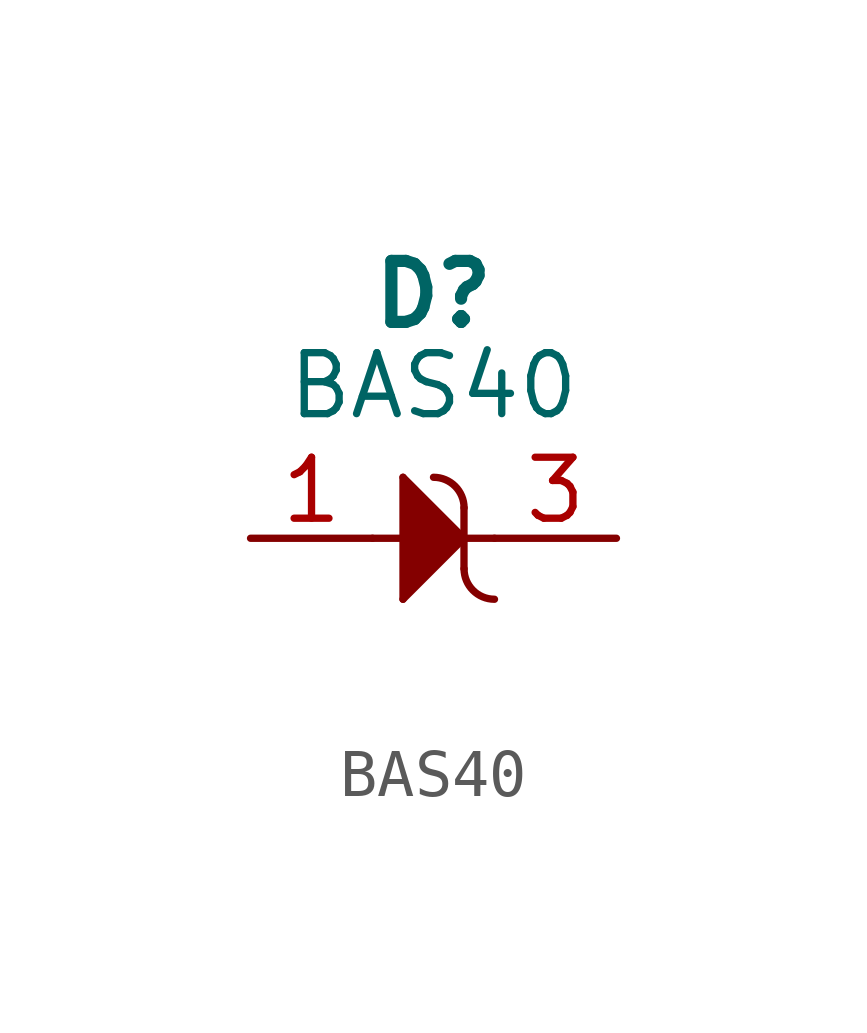
<source format=kicad_sym>
(kicad_symbol_lib
  (version 20231120)
  (generator "kicad_symbol_editor")
  (generator_version "8.0")
  (symbol "BAS40"
    (pin_names hide)
    (property "Reference" "D"
      (at 0 0 0)
      (effects (font (size 1.27 1.27) (bold yes))))
    (property "Value" "BAS40"
      (at 0 -1.905 0)
      (effects (font (size 1.27 1.27))))
    (symbol "BAS40_0_0"
      (pin passive line (at -3.81 -5.08 0) (length 2.54) (name "A" (effects (font (size 1.27 1.27)))) (number "1" (effects (font (size 1.27 1.27)))))
      (pin passive line (at 3.81 -5.08 180) (length 2.54) (name "K" (effects (font (size 1.27 1.27)))) (number "3" (effects (font (size 1.27 1.27))))))
    (symbol "BAS40_0_1"
      (polyline (pts (xy -1.27 -5.08) (xy -0.635 -5.08)) (stroke (width 0) (type default)) (fill (type none)))
      (polyline (pts (xy -0.635 -3.81) (xy -0.635 -6.35)) (stroke (width 0) (type default)) (fill (type none)))
      (polyline (pts (xy 0.635 -5.08) (xy 1.27 -5.08)) (stroke (width 0) (type default)) (fill (type none)))
      (polyline (pts (xy 0.635 -4.445) (xy 0.635 -5.715)) (stroke (width 0) (type default)) (fill (type none)))
      (arc (start 0.635 -5.715) (mid 0.821 -6.164) (end 1.27 -6.35) (stroke (width 0) (type default)) (fill (type none)))
      (arc (start 0.635 -4.445) (mid 0.449 -3.996) (end 0 -3.81) (stroke (width 0) (type default)) (fill (type none))))
    (symbol "BAS40_1_0"
      (pin no_connect line (at 0 -8.255 90) (length 2.54) hide (name "NC" (effects (font (size 1.27 1.27)))) (number "2" (effects (font (size 1.27 1.27))))))
    (symbol "BAS40_1_1"
      (polyline (pts (xy -0.635 -3.81) (xy 0.635 -5.08) (xy -0.635 -6.35)) (stroke (width 0) (type default)) (fill (type outline))))))
</source>
